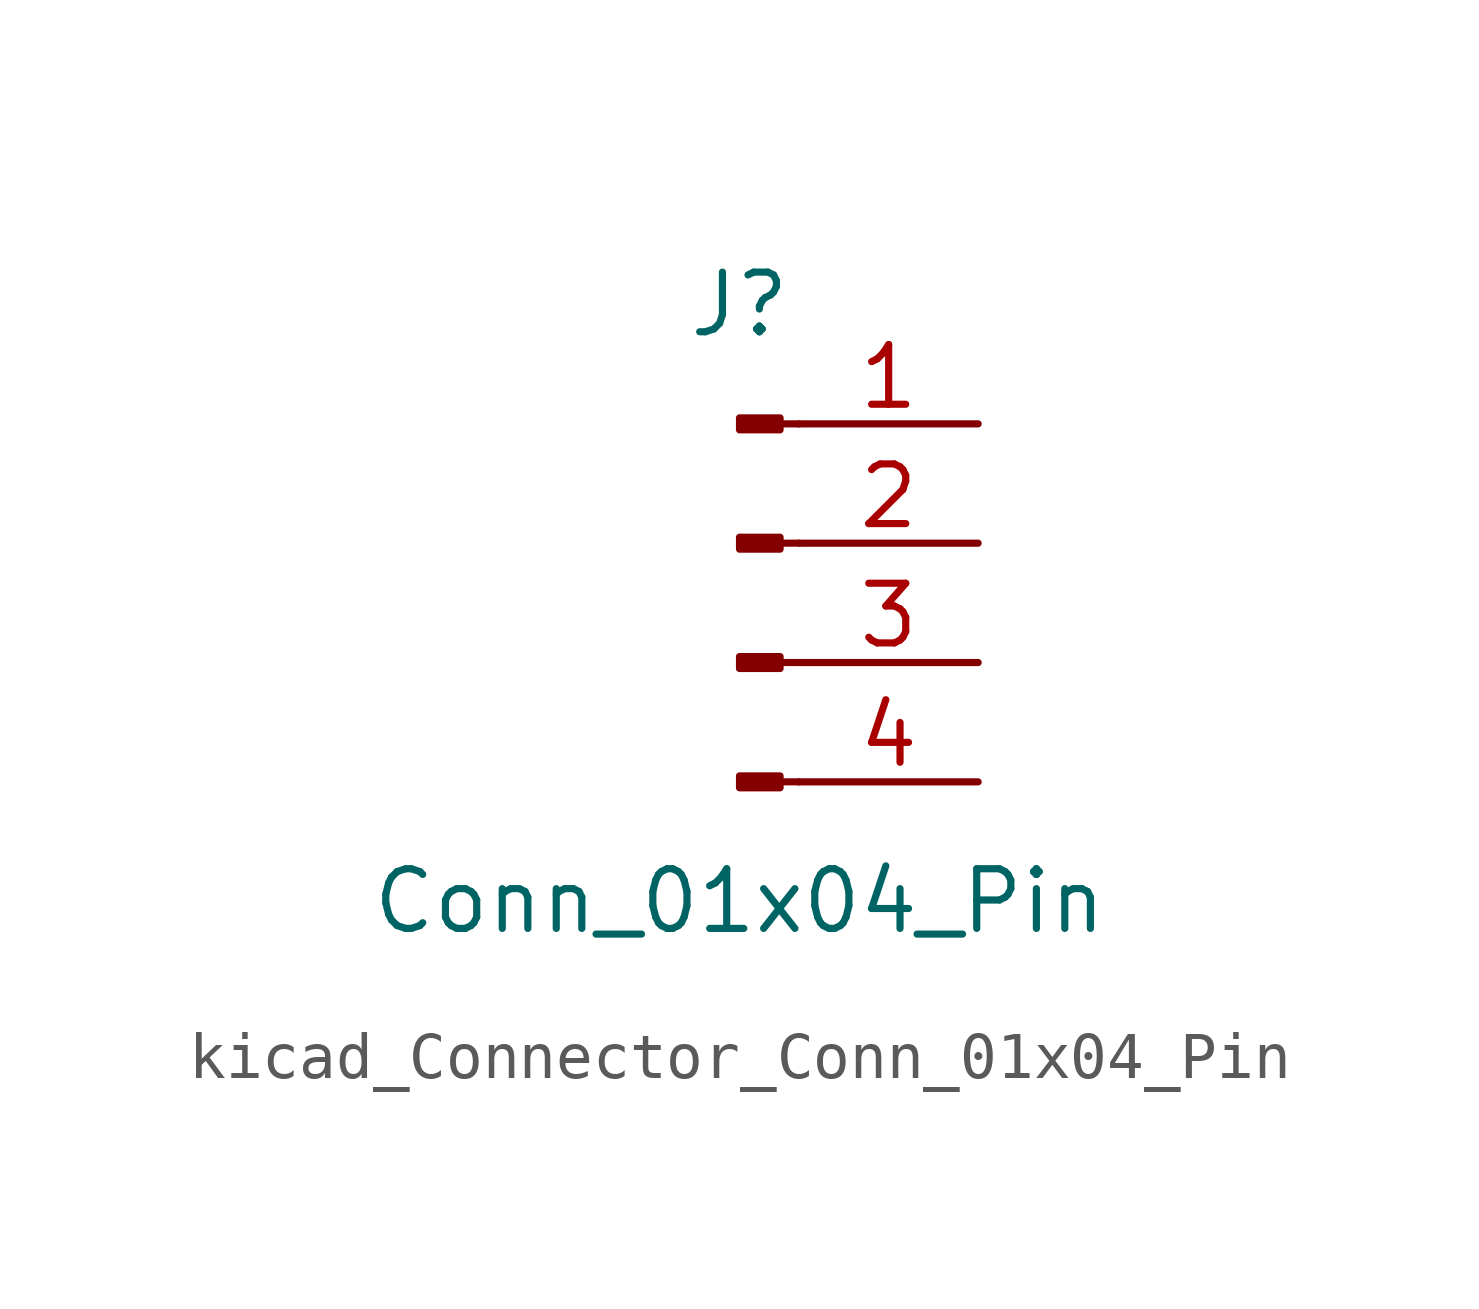
<source format=kicad_sym>
(kicad_symbol_lib
  (version 20220914)
  (generator kicad_symbol_editor)
  (symbol "kicad_Connector_Conn_01x04_Pin"
    (pin_names
      (offset 1.016) hide)
    (property "Reference" "J"
      (at 0 5.08 0)
      (effects (font (size 1.27 1.27))))
    (property "Value" "Conn_01x04_Pin"
      (at 0 -7.62 0)
      (effects (font (size 1.27 1.27))))
    (property "ki_locked" ""
      (at 0 0 0)
      (effects (font (size 1.27 1.27))))
    (symbol "kicad_Connector_Conn_01x04_Pin_1_1"
      (polyline (pts (xy 1.27 -5.08) (xy 0.864 -5.08)) (stroke (width 0.152) (type default)) (fill (type none)))
      (polyline (pts (xy 1.27 -2.54) (xy 0.864 -2.54)) (stroke (width 0.152) (type default)) (fill (type none)))
      (polyline (pts (xy 1.27 0) (xy 0.864 0)) (stroke (width 0.152) (type default)) (fill (type none)))
      (polyline (pts (xy 1.27 2.54) (xy 0.864 2.54)) (stroke (width 0.152) (type default)) (fill (type none)))
      (rectangle (start 0.864 -4.953) (end 0 -5.207) (stroke (width 0.152) (type default)) (fill (type outline)))
      (rectangle (start 0.864 -2.413) (end 0 -2.667) (stroke (width 0.152) (type default)) (fill (type outline)))
      (rectangle (start 0.864 0.127) (end 0 -0.127) (stroke (width 0.152) (type default)) (fill (type outline)))
      (rectangle (start 0.864 2.667) (end 0 2.413) (stroke (width 0.152) (type default)) (fill (type outline)))
      (pin passive line (at 5.08 2.54 180) (length 3.81) (name "Pin_1" (effects (font (size 1.27 1.27)))) (number "1" (effects (font (size 1.27 1.27)))))
      (pin passive line (at 5.08 0 180) (length 3.81) (name "Pin_2" (effects (font (size 1.27 1.27)))) (number "2" (effects (font (size 1.27 1.27)))))
      (pin passive line (at 5.08 -2.54 180) (length 3.81) (name "Pin_3" (effects (font (size 1.27 1.27)))) (number "3" (effects (font (size 1.27 1.27)))))
      (pin passive line (at 5.08 -5.08 180) (length 3.81) (name "Pin_4" (effects (font (size 1.27 1.27)))) (number "4" (effects (font (size 1.27 1.27))))))))
</source>
